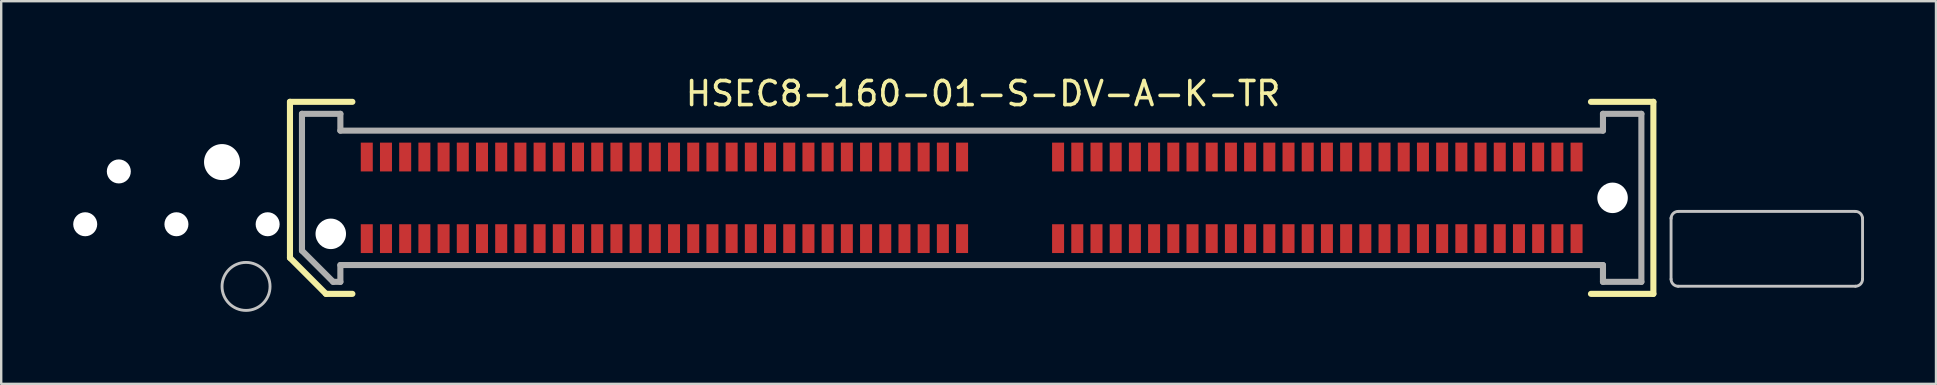
<source format=kicad_pcb>
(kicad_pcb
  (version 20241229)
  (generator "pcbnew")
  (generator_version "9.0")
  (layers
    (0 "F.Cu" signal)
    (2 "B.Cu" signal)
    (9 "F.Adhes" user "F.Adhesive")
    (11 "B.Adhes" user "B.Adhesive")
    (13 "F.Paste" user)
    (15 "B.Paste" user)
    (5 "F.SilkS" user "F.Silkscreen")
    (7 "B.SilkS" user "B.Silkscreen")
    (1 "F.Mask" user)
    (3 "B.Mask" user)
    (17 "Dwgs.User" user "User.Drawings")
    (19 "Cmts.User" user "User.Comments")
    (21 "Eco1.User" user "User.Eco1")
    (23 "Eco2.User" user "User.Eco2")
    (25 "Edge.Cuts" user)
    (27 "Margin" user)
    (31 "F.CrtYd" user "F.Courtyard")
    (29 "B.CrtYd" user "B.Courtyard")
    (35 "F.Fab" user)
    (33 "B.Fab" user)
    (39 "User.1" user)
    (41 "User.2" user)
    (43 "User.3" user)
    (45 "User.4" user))
  (footprint "HSEC8-160-01-S-DV-A-K-TR"
    (layer "F.Cu")
    (at 37.43 5.192)
    (property "Reference" "HSEC8-160-01-S-DV-A-K-TR" (at 0.476 -4.342 0) (layer "F.SilkS") (effects (font (size 1.002 1.002) (thickness 0.15))))
    (attr smd)
    (fp_line (start -28.4 -4) (end -25.8 -4) (stroke (width 0.254) (type solid)) (layer "F.SilkS"))
    (fp_line (start -28.4 2.5) (end -28.4 -4) (stroke (width 0.254) (type solid)) (layer "F.SilkS"))
    (fp_line (start -26.9 4) (end -28.4 2.5) (stroke (width 0.254) (type solid)) (layer "F.SilkS"))
    (fp_line (start -25.8 4) (end -26.9 4) (stroke (width 0.254) (type solid)) (layer "F.SilkS"))
    (fp_line (start 25.8 -4) (end 28.4 -4) (stroke (width 0.254) (type solid)) (layer "F.SilkS"))
    (fp_line (start 28.4 -4) (end 28.4 4) (stroke (width 0.254) (type solid)) (layer "F.SilkS"))
    (fp_line (start 28.4 4) (end 25.8 4) (stroke (width 0.254) (type solid)) (layer "F.SilkS"))
    (fp_line (start 29.137 3.387) (end 29.137 0.833) (stroke (width 0.12) (type solid)) (layer "Dwgs.User"))
    (fp_line (start 29.435 0.565) (end 36.815 0.565) (stroke (width 0.12) (type solid)) (layer "Dwgs.User"))
    (fp_line (start 36.817 3.683) (end 29.433 3.683) (stroke (width 0.12) (type solid)) (layer "Dwgs.User"))
    (fp_line (start 37.114 3.386) (end 37.114 0.832) (stroke (width 0.12) (type solid)) (layer "Dwgs.User"))
    (fp_arc (start 29.138001 0.861999) (mid 29.224991 0.651989) (end 29.435001 0.565001) (stroke (width 0.12) (type solid)) (layer "Dwgs.User"))
    (fp_arc (start 29.433998 3.684) (mid 29.223988 3.59701) (end 29.137 3.387) (stroke (width 0.12) (type solid)) (layer "Dwgs.User"))
    (fp_arc (start 36.815 0.565) (mid 37.02501 0.65199) (end 37.111998 0.862) (stroke (width 0.12) (type solid)) (layer "Dwgs.User"))
    (fp_arc (start 37.114 3.386002) (mid 37.02701 3.596012) (end 36.817 3.683) (stroke (width 0.12) (type solid)) (layer "Dwgs.User"))
    (fp_circle (center -30.23 3.69) (end -29.23 3.69) (stroke (width 0.12) (type solid)) (fill no) (layer "Dwgs.User"))
    (fp_line (start -27.9 -3.5) (end -26.3 -3.5) (stroke (width 0.254) (type solid)) (layer "F.Fab"))
    (fp_line (start -27.9 2.2) (end -27.9 -3.5) (stroke (width 0.254) (type solid)) (layer "F.Fab"))
    (fp_line (start -26.6 3.5) (end -27.9 2.2) (stroke (width 0.254) (type solid)) (layer "F.Fab"))
    (fp_line (start -26.3 -3.5) (end -26.3 -2.8) (stroke (width 0.254) (type solid)) (layer "F.Fab"))
    (fp_line (start -26.3 -2.8) (end 26.3 -2.8) (stroke (width 0.254) (type solid)) (layer "F.Fab"))
    (fp_line (start -26.3 2.8) (end -26.3 3.5) (stroke (width 0.254) (type solid)) (layer "F.Fab"))
    (fp_line (start -26.3 3.5) (end -26.6 3.5) (stroke (width 0.254) (type solid)) (layer "F.Fab"))
    (fp_line (start 26.3 -3.5) (end 27.9 -3.5) (stroke (width 0.254) (type solid)) (layer "F.Fab"))
    (fp_line (start 26.3 -2.8) (end 26.3 -3.5) (stroke (width 0.254) (type solid)) (layer "F.Fab"))
    (fp_line (start 26.3 2.8) (end -26.3 2.8) (stroke (width 0.254) (type solid)) (layer "F.Fab"))
    (fp_line (start 26.3 3.5) (end 26.3 2.8) (stroke (width 0.254) (type solid)) (layer "F.Fab"))
    (fp_line (start 27.9 -3.5) (end 27.9 3.5) (stroke (width 0.254) (type solid)) (layer "F.Fab"))
    (fp_line (start 27.9 3.5) (end 26.3 3.5) (stroke (width 0.254) (type solid)) (layer "F.Fab"))
    (pad "" np_thru_hole circle (at -36.93 1.1) (size 1 1) (drill 1) (layers "*.Cu" "*.Mask"))
    (pad "" np_thru_hole circle (at -35.53 -1.1) (size 1 1) (drill 1) (layers "*.Cu" "*.Mask"))
    (pad "" np_thru_hole circle (at -33.13 1.1) (size 1 1) (drill 1) (layers "*.Cu" "*.Mask"))
    (pad "" np_thru_hole circle (at -31.23 -1.49) (size 1.5 1.5) (drill 1.5) (layers "*.Cu" "*.Mask"))
    (pad "" np_thru_hole circle (at -29.33 1.1) (size 1 1) (drill 1) (layers "*.Cu" "*.Mask"))
    (pad "" np_thru_hole circle (at -26.7 1.5) (size 1.27 1.27) (drill 1.27) (layers "*.Cu" "*.Mask"))
    (pad "" np_thru_hole circle (at 26.7 0) (size 1.27 1.27) (drill 1.27) (layers "*.Cu" "*.Mask"))
    (pad "1" smd rect (at -25.2 1.7) (size 0.5 1.2) (layers "F.Cu" "F.Mask" "F.Paste"))
    (pad "2" smd rect (at -25.2 -1.7) (size 0.5 1.2) (layers "F.Cu" "F.Mask" "F.Paste"))
    (pad "3" smd rect (at -24.4 1.7) (size 0.5 1.2) (layers "F.Cu" "F.Mask" "F.Paste"))
    (pad "4" smd rect (at -24.4 -1.7) (size 0.5 1.2) (layers "F.Cu" "F.Mask" "F.Paste"))
    (pad "5" smd rect (at -23.6 1.7) (size 0.5 1.2) (layers "F.Cu" "F.Mask" "F.Paste"))
    (pad "6" smd rect (at -23.6 -1.7) (size 0.5 1.2) (layers "F.Cu" "F.Mask" "F.Paste"))
    (pad "7" smd rect (at -22.8 1.7) (size 0.5 1.2) (layers "F.Cu" "F.Mask" "F.Paste"))
    (pad "8" smd rect (at -22.8 -1.7) (size 0.5 1.2) (layers "F.Cu" "F.Mask" "F.Paste"))
    (pad "9" smd rect (at -22 1.7) (size 0.5 1.2) (layers "F.Cu" "F.Mask" "F.Paste"))
    (pad "10" smd rect (at -22 -1.7) (size 0.5 1.2) (layers "F.Cu" "F.Mask" "F.Paste"))
    (pad "11" smd rect (at -21.2 1.7) (size 0.5 1.2) (layers "F.Cu" "F.Mask" "F.Paste"))
    (pad "12" smd rect (at -21.2 -1.7) (size 0.5 1.2) (layers "F.Cu" "F.Mask" "F.Paste"))
    (pad "13" smd rect (at -20.4 1.7) (size 0.5 1.2) (layers "F.Cu" "F.Mask" "F.Paste"))
    (pad "14" smd rect (at -20.4 -1.7) (size 0.5 1.2) (layers "F.Cu" "F.Mask" "F.Paste"))
    (pad "15" smd rect (at -19.6 1.7) (size 0.5 1.2) (layers "F.Cu" "F.Mask" "F.Paste"))
    (pad "16" smd rect (at -19.6 -1.7) (size 0.5 1.2) (layers "F.Cu" "F.Mask" "F.Paste"))
    (pad "17" smd rect (at -18.8 1.7) (size 0.5 1.2) (layers "F.Cu" "F.Mask" "F.Paste"))
    (pad "18" smd rect (at -18.8 -1.7) (size 0.5 1.2) (layers "F.Cu" "F.Mask" "F.Paste"))
    (pad "19" smd rect (at -18 1.7) (size 0.5 1.2) (layers "F.Cu" "F.Mask" "F.Paste"))
    (pad "20" smd rect (at -18 -1.7) (size 0.5 1.2) (layers "F.Cu" "F.Mask" "F.Paste"))
    (pad "21" smd rect (at -17.2 1.7) (size 0.5 1.2) (layers "F.Cu" "F.Mask" "F.Paste"))
    (pad "22" smd rect (at -17.2 -1.7) (size 0.5 1.2) (layers "F.Cu" "F.Mask" "F.Paste"))
    (pad "23" smd rect (at -16.4 1.7) (size 0.5 1.2) (layers "F.Cu" "F.Mask" "F.Paste"))
    (pad "24" smd rect (at -16.4 -1.7) (size 0.5 1.2) (layers "F.Cu" "F.Mask" "F.Paste"))
    (pad "25" smd rect (at -15.6 1.7) (size 0.5 1.2) (layers "F.Cu" "F.Mask" "F.Paste"))
    (pad "26" smd rect (at -15.6 -1.7) (size 0.5 1.2) (layers "F.Cu" "F.Mask" "F.Paste"))
    (pad "27" smd rect (at -14.8 1.7) (size 0.5 1.2) (layers "F.Cu" "F.Mask" "F.Paste"))
    (pad "28" smd rect (at -14.8 -1.7) (size 0.5 1.2) (layers "F.Cu" "F.Mask" "F.Paste"))
    (pad "29" smd rect (at -14 1.7) (size 0.5 1.2) (layers "F.Cu" "F.Mask" "F.Paste"))
    (pad "30" smd rect (at -14 -1.7) (size 0.5 1.2) (layers "F.Cu" "F.Mask" "F.Paste"))
    (pad "31" smd rect (at -13.2 1.7) (size 0.5 1.2) (layers "F.Cu" "F.Mask" "F.Paste"))
    (pad "32" smd rect (at -13.2 -1.7) (size 0.5 1.2) (layers "F.Cu" "F.Mask" "F.Paste"))
    (pad "33" smd rect (at -12.4 1.7) (size 0.5 1.2) (layers "F.Cu" "F.Mask" "F.Paste"))
    (pad "34" smd rect (at -12.4 -1.7) (size 0.5 1.2) (layers "F.Cu" "F.Mask" "F.Paste"))
    (pad "35" smd rect (at -11.6 1.7) (size 0.5 1.2) (layers "F.Cu" "F.Mask" "F.Paste"))
    (pad "36" smd rect (at -11.6 -1.7) (size 0.5 1.2) (layers "F.Cu" "F.Mask" "F.Paste"))
    (pad "37" smd rect (at -10.8 1.7) (size 0.5 1.2) (layers "F.Cu" "F.Mask" "F.Paste"))
    (pad "38" smd rect (at -10.8 -1.7) (size 0.5 1.2) (layers "F.Cu" "F.Mask" "F.Paste"))
    (pad "39" smd rect (at -10 1.7) (size 0.5 1.2) (layers "F.Cu" "F.Mask" "F.Paste"))
    (pad "40" smd rect (at -10 -1.7) (size 0.5 1.2) (layers "F.Cu" "F.Mask" "F.Paste"))
    (pad "41" smd rect (at -9.2 1.7) (size 0.5 1.2) (layers "F.Cu" "F.Mask" "F.Paste"))
    (pad "42" smd rect (at -9.2 -1.7) (size 0.5 1.2) (layers "F.Cu" "F.Mask" "F.Paste"))
    (pad "43" smd rect (at -8.4 1.7) (size 0.5 1.2) (layers "F.Cu" "F.Mask" "F.Paste"))
    (pad "44" smd rect (at -8.4 -1.7) (size 0.5 1.2) (layers "F.Cu" "F.Mask" "F.Paste"))
    (pad "45" smd rect (at -7.6 1.7) (size 0.5 1.2) (layers "F.Cu" "F.Mask" "F.Paste"))
    (pad "46" smd rect (at -7.6 -1.7) (size 0.5 1.2) (layers "F.Cu" "F.Mask" "F.Paste"))
    (pad "47" smd rect (at -6.8 1.7) (size 0.5 1.2) (layers "F.Cu" "F.Mask" "F.Paste"))
    (pad "48" smd rect (at -6.8 -1.7) (size 0.5 1.2) (layers "F.Cu" "F.Mask" "F.Paste"))
    (pad "49" smd rect (at -6 1.7) (size 0.5 1.2) (layers "F.Cu" "F.Mask" "F.Paste"))
    (pad "50" smd rect (at -6 -1.7) (size 0.5 1.2) (layers "F.Cu" "F.Mask" "F.Paste"))
    (pad "51" smd rect (at -5.2 1.7) (size 0.5 1.2) (layers "F.Cu" "F.Mask" "F.Paste"))
    (pad "52" smd rect (at -5.2 -1.7) (size 0.5 1.2) (layers "F.Cu" "F.Mask" "F.Paste"))
    (pad "53" smd rect (at -4.4 1.7) (size 0.5 1.2) (layers "F.Cu" "F.Mask" "F.Paste"))
    (pad "54" smd rect (at -4.4 -1.7) (size 0.5 1.2) (layers "F.Cu" "F.Mask" "F.Paste"))
    (pad "55" smd rect (at -3.6 1.7) (size 0.5 1.2) (layers "F.Cu" "F.Mask" "F.Paste"))
    (pad "56" smd rect (at -3.6 -1.7) (size 0.5 1.2) (layers "F.Cu" "F.Mask" "F.Paste"))
    (pad "57" smd rect (at -2.8 1.7) (size 0.5 1.2) (layers "F.Cu" "F.Mask" "F.Paste"))
    (pad "58" smd rect (at -2.8 -1.7) (size 0.5 1.2) (layers "F.Cu" "F.Mask" "F.Paste"))
    (pad "59" smd rect (at -2 1.7) (size 0.5 1.2) (layers "F.Cu" "F.Mask" "F.Paste"))
    (pad "60" smd rect (at -2 -1.7) (size 0.5 1.2) (layers "F.Cu" "F.Mask" "F.Paste"))
    (pad "61" smd rect (at -1.2 1.7) (size 0.5 1.2) (layers "F.Cu" "F.Mask" "F.Paste"))
    (pad "62" smd rect (at -1.2 -1.7) (size 0.5 1.2) (layers "F.Cu" "F.Mask" "F.Paste"))
    (pad "63" smd rect (at -0.4 1.7) (size 0.5 1.2) (layers "F.Cu" "F.Mask" "F.Paste"))
    (pad "64" smd rect (at -0.4 -1.7) (size 0.5 1.2) (layers "F.Cu" "F.Mask" "F.Paste"))
    (pad "65" smd rect (at 3.6 1.7) (size 0.5 1.2) (layers "F.Cu" "F.Mask" "F.Paste"))
    (pad "66" smd rect (at 3.6 -1.7) (size 0.5 1.2) (layers "F.Cu" "F.Mask" "F.Paste"))
    (pad "67" smd rect (at 4.4 1.7) (size 0.5 1.2) (layers "F.Cu" "F.Mask" "F.Paste"))
    (pad "68" smd rect (at 4.4 -1.7) (size 0.5 1.2) (layers "F.Cu" "F.Mask" "F.Paste"))
    (pad "69" smd rect (at 5.2 1.7) (size 0.5 1.2) (layers "F.Cu" "F.Mask" "F.Paste"))
    (pad "70" smd rect (at 5.2 -1.7) (size 0.5 1.2) (layers "F.Cu" "F.Mask" "F.Paste"))
    (pad "71" smd rect (at 6 1.7) (size 0.5 1.2) (layers "F.Cu" "F.Mask" "F.Paste"))
    (pad "72" smd rect (at 6 -1.7) (size 0.5 1.2) (layers "F.Cu" "F.Mask" "F.Paste"))
    (pad "73" smd rect (at 6.8 1.7) (size 0.5 1.2) (layers "F.Cu" "F.Mask" "F.Paste"))
    (pad "74" smd rect (at 6.8 -1.7) (size 0.5 1.2) (layers "F.Cu" "F.Mask" "F.Paste"))
    (pad "75" smd rect (at 7.6 1.7) (size 0.5 1.2) (layers "F.Cu" "F.Mask" "F.Paste"))
    (pad "76" smd rect (at 7.6 -1.7) (size 0.5 1.2) (layers "F.Cu" "F.Mask" "F.Paste"))
    (pad "77" smd rect (at 8.4 1.7) (size 0.5 1.2) (layers "F.Cu" "F.Mask" "F.Paste"))
    (pad "78" smd rect (at 8.4 -1.7) (size 0.5 1.2) (layers "F.Cu" "F.Mask" "F.Paste"))
    (pad "79" smd rect (at 9.2 1.7) (size 0.5 1.2) (layers "F.Cu" "F.Mask" "F.Paste"))
    (pad "80" smd rect (at 9.2 -1.7) (size 0.5 1.2) (layers "F.Cu" "F.Mask" "F.Paste"))
    (pad "81" smd rect (at 10 1.7) (size 0.5 1.2) (layers "F.Cu" "F.Mask" "F.Paste"))
    (pad "82" smd rect (at 10 -1.7) (size 0.5 1.2) (layers "F.Cu" "F.Mask" "F.Paste"))
    (pad "83" smd rect (at 10.8 1.7) (size 0.5 1.2) (layers "F.Cu" "F.Mask" "F.Paste"))
    (pad "84" smd rect (at 10.8 -1.7) (size 0.5 1.2) (layers "F.Cu" "F.Mask" "F.Paste"))
    (pad "85" smd rect (at 11.6 1.7) (size 0.5 1.2) (layers "F.Cu" "F.Mask" "F.Paste"))
    (pad "86" smd rect (at 11.6 -1.7) (size 0.5 1.2) (layers "F.Cu" "F.Mask" "F.Paste"))
    (pad "87" smd rect (at 12.4 1.7) (size 0.5 1.2) (layers "F.Cu" "F.Mask" "F.Paste"))
    (pad "88" smd rect (at 12.4 -1.7) (size 0.5 1.2) (layers "F.Cu" "F.Mask" "F.Paste"))
    (pad "89" smd rect (at 13.2 1.7) (size 0.5 1.2) (layers "F.Cu" "F.Mask" "F.Paste"))
    (pad "90" smd rect (at 13.2 -1.7) (size 0.5 1.2) (layers "F.Cu" "F.Mask" "F.Paste"))
    (pad "91" smd rect (at 14 1.7) (size 0.5 1.2) (layers "F.Cu" "F.Mask" "F.Paste"))
    (pad "92" smd rect (at 14 -1.7) (size 0.5 1.2) (layers "F.Cu" "F.Mask" "F.Paste"))
    (pad "93" smd rect (at 14.8 1.7) (size 0.5 1.2) (layers "F.Cu" "F.Mask" "F.Paste"))
    (pad "94" smd rect (at 14.8 -1.7) (size 0.5 1.2) (layers "F.Cu" "F.Mask" "F.Paste"))
    (pad "95" smd rect (at 15.6 1.7) (size 0.5 1.2) (layers "F.Cu" "F.Mask" "F.Paste"))
    (pad "96" smd rect (at 15.6 -1.7) (size 0.5 1.2) (layers "F.Cu" "F.Mask" "F.Paste"))
    (pad "97" smd rect (at 16.4 1.7) (size 0.5 1.2) (layers "F.Cu" "F.Mask" "F.Paste"))
    (pad "98" smd rect (at 16.4 -1.7) (size 0.5 1.2) (layers "F.Cu" "F.Mask" "F.Paste"))
    (pad "99" smd rect (at 17.2 1.7) (size 0.5 1.2) (layers "F.Cu" "F.Mask" "F.Paste"))
    (pad "100" smd rect (at 17.2 -1.7) (size 0.5 1.2) (layers "F.Cu" "F.Mask" "F.Paste"))
    (pad "101" smd rect (at 18 1.7) (size 0.5 1.2) (layers "F.Cu" "F.Mask" "F.Paste"))
    (pad "102" smd rect (at 18 -1.7) (size 0.5 1.2) (layers "F.Cu" "F.Mask" "F.Paste"))
    (pad "103" smd rect (at 18.8 1.7) (size 0.5 1.2) (layers "F.Cu" "F.Mask" "F.Paste"))
    (pad "104" smd rect (at 18.8 -1.7) (size 0.5 1.2) (layers "F.Cu" "F.Mask" "F.Paste"))
    (pad "105" smd rect (at 19.6 1.7) (size 0.5 1.2) (layers "F.Cu" "F.Mask" "F.Paste"))
    (pad "106" smd rect (at 19.6 -1.7) (size 0.5 1.2) (layers "F.Cu" "F.Mask" "F.Paste"))
    (pad "107" smd rect (at 20.4 1.7) (size 0.5 1.2) (layers "F.Cu" "F.Mask" "F.Paste"))
    (pad "108" smd rect (at 20.4 -1.7) (size 0.5 1.2) (layers "F.Cu" "F.Mask" "F.Paste"))
    (pad "109" smd rect (at 21.2 1.7) (size 0.5 1.2) (layers "F.Cu" "F.Mask" "F.Paste"))
    (pad "110" smd rect (at 21.2 -1.7) (size 0.5 1.2) (layers "F.Cu" "F.Mask" "F.Paste"))
    (pad "111" smd rect (at 22 1.7) (size 0.5 1.2) (layers "F.Cu" "F.Mask" "F.Paste"))
    (pad "112" smd rect (at 22 -1.7) (size 0.5 1.2) (layers "F.Cu" "F.Mask" "F.Paste"))
    (pad "113" smd rect (at 22.8 1.7) (size 0.5 1.2) (layers "F.Cu" "F.Mask" "F.Paste"))
    (pad "114" smd rect (at 22.8 -1.7) (size 0.5 1.2) (layers "F.Cu" "F.Mask" "F.Paste"))
    (pad "115" smd rect (at 23.6 1.7) (size 0.5 1.2) (layers "F.Cu" "F.Mask" "F.Paste"))
    (pad "116" smd rect (at 23.6 -1.7) (size 0.5 1.2) (layers "F.Cu" "F.Mask" "F.Paste"))
    (pad "117" smd rect (at 24.4 1.7) (size 0.5 1.2) (layers "F.Cu" "F.Mask" "F.Paste"))
    (pad "118" smd rect (at 24.4 -1.7) (size 0.5 1.2) (layers "F.Cu" "F.Mask" "F.Paste"))
    (pad "119" smd rect (at 25.2 1.7) (size 0.5 1.2) (layers "F.Cu" "F.Mask" "F.Paste"))
    (pad "120" smd rect (at 25.2 -1.7) (size 0.5 1.2) (layers "F.Cu" "F.Mask" "F.Paste")))
  (gr_rect
    (start -3 -3)
    (end 77.604 12.942)
    (stroke (width 0.1) (type default))
    (fill no)
    (layer "Edge.Cuts")))
</source>
